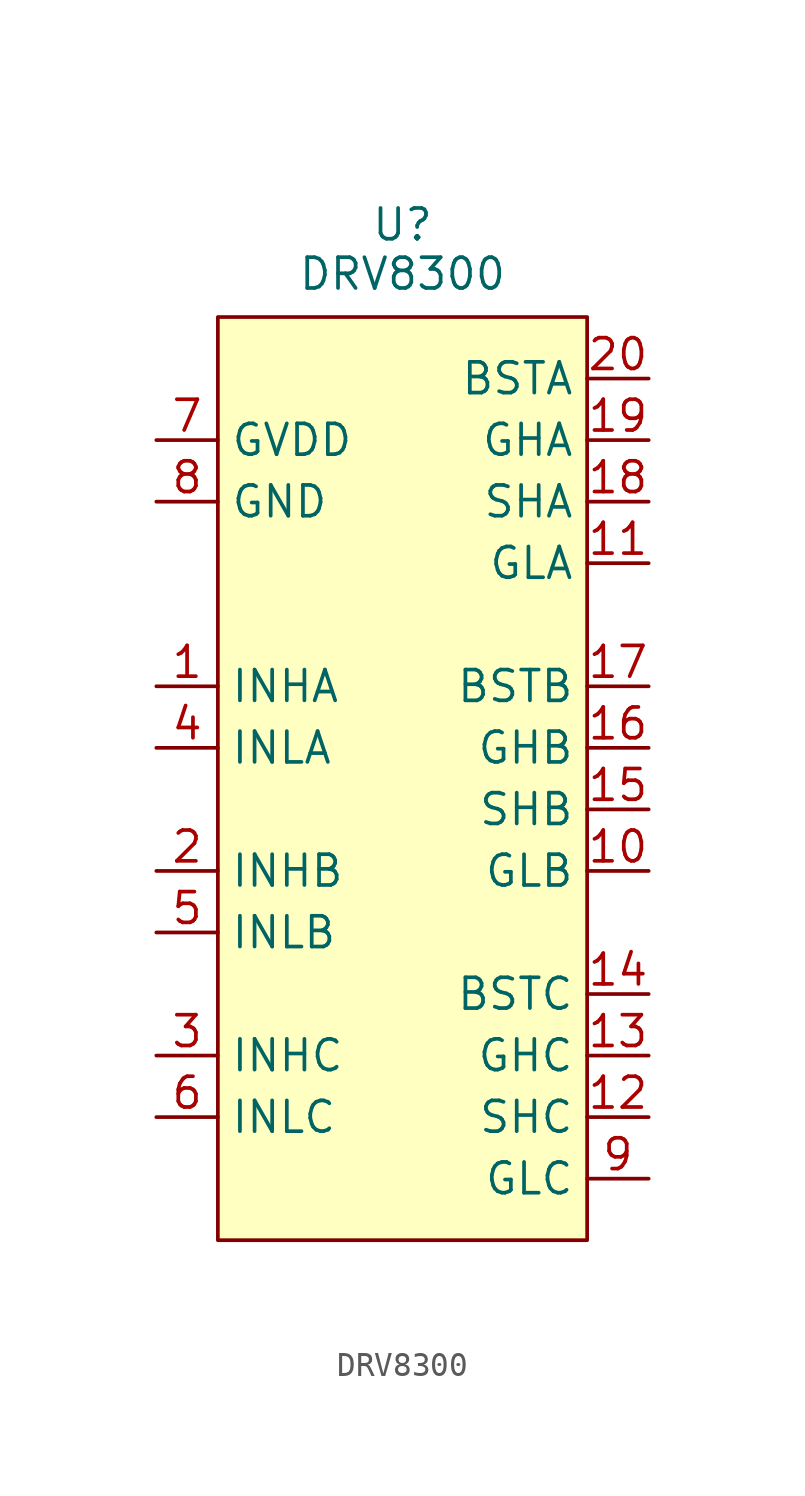
<source format=kicad_sym>
(kicad_symbol_lib
  (version 20241209)
  (generator "kicad_symbol_editor")
  (generator_version "9.0")
  (symbol "DRV8300"
    (property "Reference" "U"
      (at 0 0 0)
      (effects (font (size 1.27 1.27))))
    (property "Value" "DRV8300"
      (at 0 -2.032 0)
      (effects (font (size 1.27 1.27))))
    (symbol "DRV8300_1_1"
      (rectangle (start -7.62 -3.81) (end 7.62 -41.91) (stroke (width 0) (type solid)) (fill (type background)))
      (pin passive line (at -10.16 -8.89 0) (length 2.54) (name "GVDD" (effects (font (size 1.27 1.27)))) (number "7" (effects (font (size 1.27 1.27)))))
      (pin passive line (at -10.16 -11.43 0) (length 2.54) (name "GND" (effects (font (size 1.27 1.27)))) (number "8" (effects (font (size 1.27 1.27)))))
      (pin passive line (at -10.16 -19.05 0) (length 2.54) (name "INHA" (effects (font (size 1.27 1.27)))) (number "1" (effects (font (size 1.27 1.27)))))
      (pin passive line (at -10.16 -21.59 0) (length 2.54) (name "INLA" (effects (font (size 1.27 1.27)))) (number "4" (effects (font (size 1.27 1.27)))))
      (pin passive line (at -10.16 -26.67 0) (length 2.54) (name "INHB" (effects (font (size 1.27 1.27)))) (number "2" (effects (font (size 1.27 1.27)))))
      (pin passive line (at -10.16 -29.21 0) (length 2.54) (name "INLB" (effects (font (size 1.27 1.27)))) (number "5" (effects (font (size 1.27 1.27)))))
      (pin passive line (at -10.16 -34.29 0) (length 2.54) (name "INHC" (effects (font (size 1.27 1.27)))) (number "3" (effects (font (size 1.27 1.27)))))
      (pin passive line (at -10.16 -36.83 0) (length 2.54) (name "INLC" (effects (font (size 1.27 1.27)))) (number "6" (effects (font (size 1.27 1.27)))))
      (pin passive line (at 10.16 -6.35 180) (length 2.54) (name "BSTA" (effects (font (size 1.27 1.27)))) (number "20" (effects (font (size 1.27 1.27)))))
      (pin passive line (at 10.16 -8.89 180) (length 2.54) (name "GHA" (effects (font (size 1.27 1.27)))) (number "19" (effects (font (size 1.27 1.27)))))
      (pin passive line (at 10.16 -11.43 180) (length 2.54) (name "SHA" (effects (font (size 1.27 1.27)))) (number "18" (effects (font (size 1.27 1.27)))))
      (pin passive line (at 10.16 -13.97 180) (length 2.54) (name "GLA" (effects (font (size 1.27 1.27)))) (number "11" (effects (font (size 1.27 1.27)))))
      (pin passive line (at 10.16 -19.05 180) (length 2.54) (name "BSTB" (effects (font (size 1.27 1.27)))) (number "17" (effects (font (size 1.27 1.27)))))
      (pin passive line (at 10.16 -21.59 180) (length 2.54) (name "GHB" (effects (font (size 1.27 1.27)))) (number "16" (effects (font (size 1.27 1.27)))))
      (pin passive line (at 10.16 -24.13 180) (length 2.54) (name "SHB" (effects (font (size 1.27 1.27)))) (number "15" (effects (font (size 1.27 1.27)))))
      (pin passive line (at 10.16 -26.67 180) (length 2.54) (name "GLB" (effects (font (size 1.27 1.27)))) (number "10" (effects (font (size 1.27 1.27)))))
      (pin passive line (at 10.16 -31.75 180) (length 2.54) (name "BSTC" (effects (font (size 1.27 1.27)))) (number "14" (effects (font (size 1.27 1.27)))))
      (pin passive line (at 10.16 -34.29 180) (length 2.54) (name "GHC" (effects (font (size 1.27 1.27)))) (number "13" (effects (font (size 1.27 1.27)))))
      (pin passive line (at 10.16 -36.83 180) (length 2.54) (name "SHC" (effects (font (size 1.27 1.27)))) (number "12" (effects (font (size 1.27 1.27)))))
      (pin passive line (at 10.16 -39.37 180) (length 2.54) (name "GLC" (effects (font (size 1.27 1.27)))) (number "9" (effects (font (size 1.27 1.27))))))))
</source>
